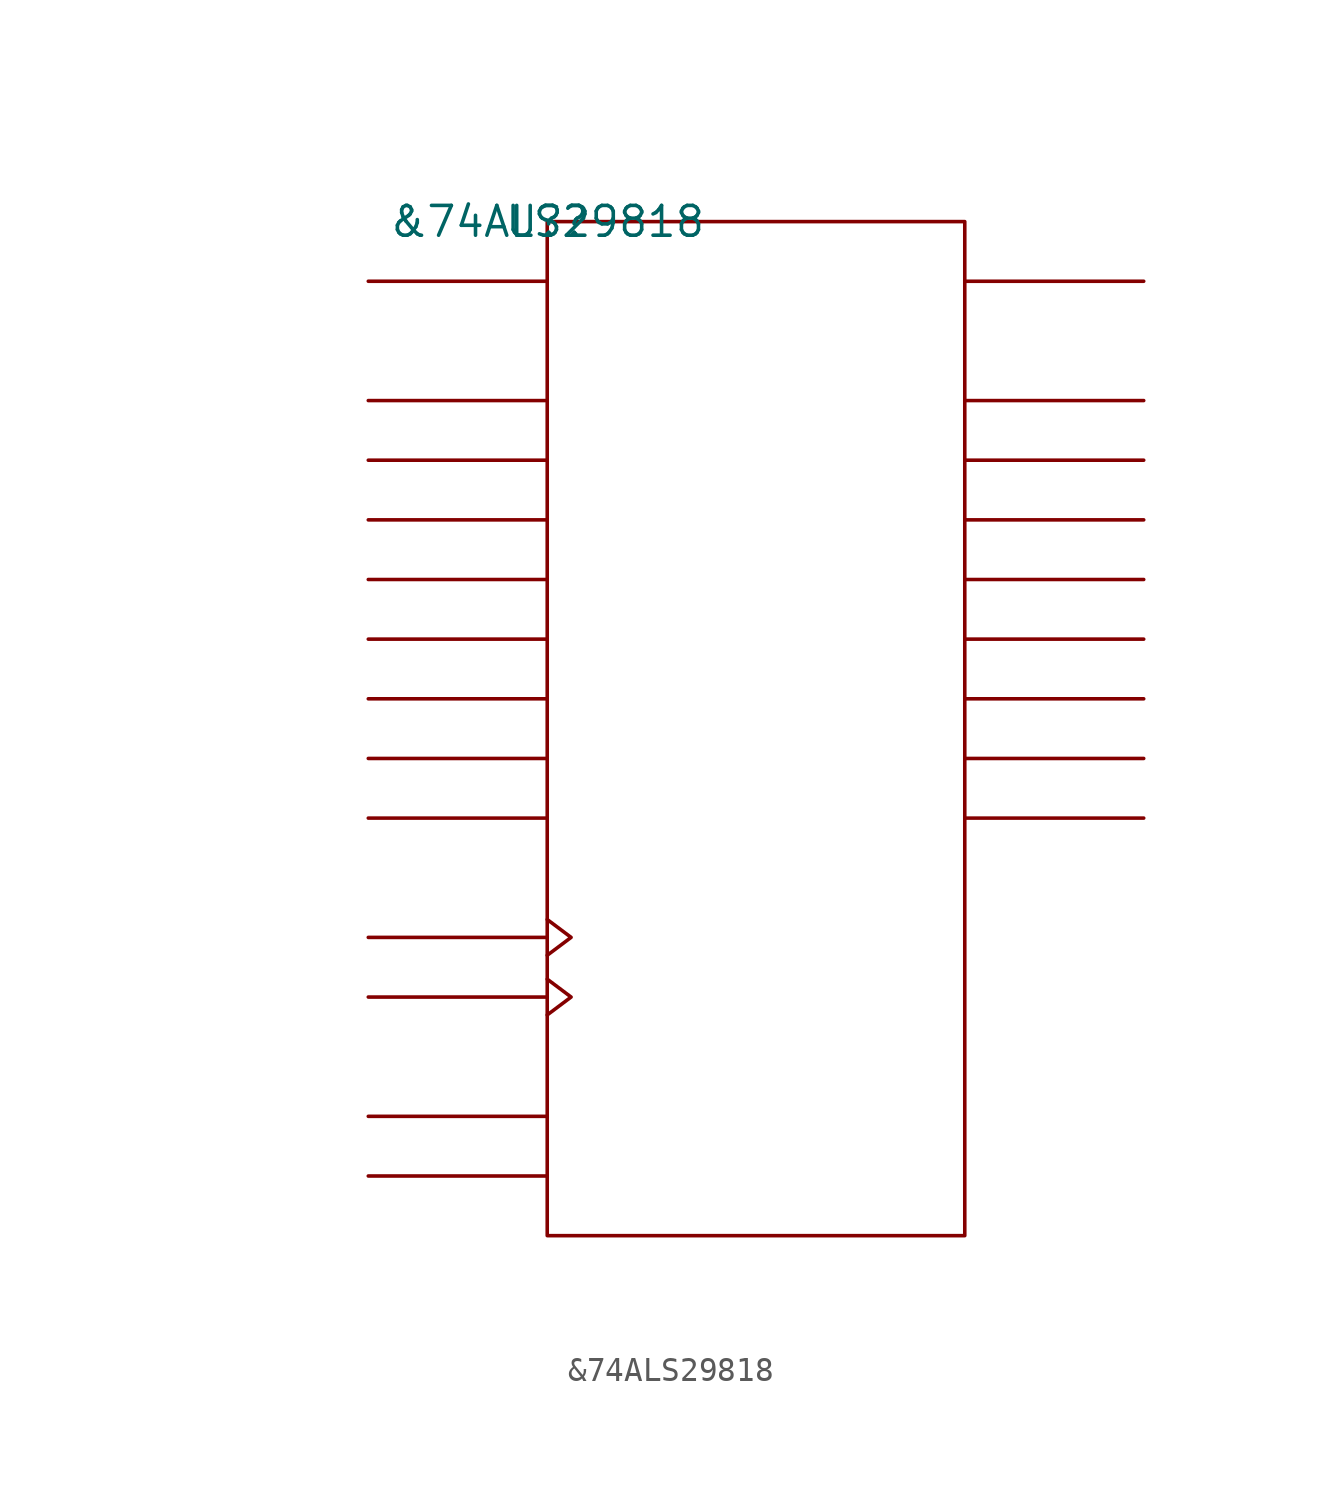
<source format=kicad_sym>
(kicad_symbol_lib
  (version 20211014)
  (generator kicad_symbol_editor)
  (symbol "&74ALS29818"
    (pin_names
      (offset 0.762))
    (property "Reference" "U?"
      (at 0 0 0)
      (effects (font (size 1.27 1.27))))
    (property "Value" "&74ALS29818"
      (at 0 0 0)
      (effects (font (size 1.27 1.27))))
    (symbol "&74ALS29818_0_1"
      (rectangle (start 0 -43.18) (end 17.78 0) (stroke (width 0) (type default) (color 0 0 0 0)) (fill (type none)))
      (polyline (pts (xy 0 -40.64) (xy -7.62 -40.64)) (stroke (width 0) (type default) (color 0 0 0 0)) (fill (type none)))
      (polyline (pts (xy 0 -38.1) (xy -7.62 -38.1)) (stroke (width 0) (type default) (color 0 0 0 0)) (fill (type none)))
      (polyline (pts (xy 0 -33.02) (xy -7.62 -33.02)) (stroke (width 0) (type default) (color 0 0 0 0)) (fill (type none)))
      (polyline (pts (xy 0 -30.48) (xy -7.62 -30.48)) (stroke (width 0) (type default) (color 0 0 0 0)) (fill (type none)))
      (polyline (pts (xy 0 -25.4) (xy -7.62 -25.4)) (stroke (width 0) (type default) (color 0 0 0 0)) (fill (type none)))
      (polyline (pts (xy 0 -22.86) (xy -7.62 -22.86)) (stroke (width 0) (type default) (color 0 0 0 0)) (fill (type none)))
      (polyline (pts (xy 0 -20.32) (xy -7.62 -20.32)) (stroke (width 0) (type default) (color 0 0 0 0)) (fill (type none)))
      (polyline (pts (xy 0 -17.78) (xy -7.62 -17.78)) (stroke (width 0) (type default) (color 0 0 0 0)) (fill (type none)))
      (polyline (pts (xy 0 -15.24) (xy -7.62 -15.24)) (stroke (width 0) (type default) (color 0 0 0 0)) (fill (type none)))
      (polyline (pts (xy 0 -12.7) (xy -7.62 -12.7)) (stroke (width 0) (type default) (color 0 0 0 0)) (fill (type none)))
      (polyline (pts (xy 0 -10.16) (xy -7.62 -10.16)) (stroke (width 0) (type default) (color 0 0 0 0)) (fill (type none)))
      (polyline (pts (xy 0 -7.62) (xy -7.62 -7.62)) (stroke (width 0) (type default) (color 0 0 0 0)) (fill (type none)))
      (polyline (pts (xy 0 -2.54) (xy -7.62 -2.54)) (stroke (width 0) (type default) (color 0 0 0 0)) (fill (type none)))
      (polyline (pts (xy 17.78 -25.4) (xy 25.4 -25.4)) (stroke (width 0) (type default) (color 0 0 0 0)) (fill (type none)))
      (polyline (pts (xy 17.78 -22.86) (xy 25.4 -22.86)) (stroke (width 0) (type default) (color 0 0 0 0)) (fill (type none)))
      (polyline (pts (xy 17.78 -20.32) (xy 25.4 -20.32)) (stroke (width 0) (type default) (color 0 0 0 0)) (fill (type none)))
      (polyline (pts (xy 17.78 -17.78) (xy 25.4 -17.78)) (stroke (width 0) (type default) (color 0 0 0 0)) (fill (type none)))
      (polyline (pts (xy 17.78 -15.24) (xy 25.4 -15.24)) (stroke (width 0) (type default) (color 0 0 0 0)) (fill (type none)))
      (polyline (pts (xy 17.78 -12.7) (xy 25.4 -12.7)) (stroke (width 0) (type default) (color 0 0 0 0)) (fill (type none)))
      (polyline (pts (xy 17.78 -10.16) (xy 25.4 -10.16)) (stroke (width 0) (type default) (color 0 0 0 0)) (fill (type none)))
      (polyline (pts (xy 17.78 -7.62) (xy 25.4 -7.62)) (stroke (width 0) (type default) (color 0 0 0 0)) (fill (type none)))
      (polyline (pts (xy 17.78 -2.54) (xy 25.4 -2.54)) (stroke (width 0) (type default) (color 0 0 0 0)) (fill (type none)))
      (polyline (pts (xy 0 -32.258) (xy 1.016 -33.02) (xy 0 -33.782)) (stroke (width 0) (type default) (color 0 0 0 0)) (fill (type none)))
      (polyline (pts (xy 0 -29.718) (xy 1.016 -30.48) (xy 0 -31.242)) (stroke (width 0) (type default) (color 0 0 0 0)) (fill (type none))))
    (symbol "&74ALS29818_1_1"
      (pin unspecified line (at -7.62 -40.64 0) (length 7.62) hide (name "O\\E\\Y\\" (effects (font (size 1.245 1.245)))) (number "1" (effects (font (size 1.245 1.245)))))
      (pin unspecified line (at -7.62 -25.4 0) (length 7.62) hide (name "D7" (effects (font (size 1.245 1.245)))) (number "10" (effects (font (size 1.245 1.245)))))
      (pin unspecified line (at -7.62 -2.54 0) (length 7.62) hide (name "SDI" (effects (font (size 1.245 1.245)))) (number "11" (effects (font (size 1.245 1.245)))))
      (pin power_in line (at 10.16 -43.18 180) (length 7.62) hide (name "GND" (effects (font (size 1.245 1.245)))) (number "12" (effects (font (size 1.245 1.245)))))
      (pin unspecified line (at -7.62 -33.02 180) (length 7.62) hide (name "PCLK" (effects (font (size 1.245 1.245)))) (number "13" (effects (font (size 1.245 1.245)))))
      (pin unspecified line (at 25.4 -2.54 180) (length 7.62) hide (name "SDO" (effects (font (size 1.245 1.245)))) (number "14" (effects (font (size 1.245 1.245)))))
      (pin unspecified line (at 25.4 -25.4 180) (length 7.62) hide (name "Y7" (effects (font (size 1.245 1.245)))) (number "15" (effects (font (size 1.245 1.245)))))
      (pin unspecified line (at 25.4 -22.86 180) (length 7.62) hide (name "Y6" (effects (font (size 1.245 1.245)))) (number "16" (effects (font (size 1.245 1.245)))))
      (pin unspecified line (at 25.4 -20.32 180) (length 7.62) hide (name "Y5" (effects (font (size 1.245 1.245)))) (number "17" (effects (font (size 1.245 1.245)))))
      (pin unspecified line (at 25.4 -17.78 180) (length 7.62) hide (name "Y4" (effects (font (size 1.245 1.245)))) (number "18" (effects (font (size 1.245 1.245)))))
      (pin unspecified line (at 25.4 -15.24 180) (length 7.62) hide (name "Y3" (effects (font (size 1.245 1.245)))) (number "19" (effects (font (size 1.245 1.245)))))
      (pin unspecified line (at -7.62 -30.48 180) (length 7.62) hide (name "DCLK" (effects (font (size 1.245 1.245)))) (number "2" (effects (font (size 1.245 1.245)))))
      (pin unspecified line (at 25.4 -12.7 180) (length 7.62) hide (name "Y2" (effects (font (size 1.245 1.245)))) (number "20" (effects (font (size 1.245 1.245)))))
      (pin unspecified line (at 25.4 -10.16 180) (length 7.62) hide (name "Y1" (effects (font (size 1.245 1.245)))) (number "21" (effects (font (size 1.245 1.245)))))
      (pin unspecified line (at 25.4 -7.62 180) (length 7.62) hide (name "Y0" (effects (font (size 1.245 1.245)))) (number "22" (effects (font (size 1.245 1.245)))))
      (pin unspecified line (at -7.62 -38.1 0) (length 7.62) hide (name "MODE" (effects (font (size 1.245 1.245)))) (number "23" (effects (font (size 1.245 1.245)))))
      (pin power_in line (at 7.62 0 180) (length 7.62) hide (name "VCC" (effects (font (size 1.245 1.245)))) (number "24" (effects (font (size 1.245 1.245)))))
      (pin unspecified line (at -7.62 -7.62 0) (length 7.62) hide (name "D0" (effects (font (size 1.245 1.245)))) (number "3" (effects (font (size 1.245 1.245)))))
      (pin unspecified line (at -7.62 -10.16 0) (length 7.62) hide (name "D1" (effects (font (size 1.245 1.245)))) (number "4" (effects (font (size 1.245 1.245)))))
      (pin unspecified line (at -7.62 -12.7 0) (length 7.62) hide (name "D2" (effects (font (size 1.245 1.245)))) (number "5" (effects (font (size 1.245 1.245)))))
      (pin unspecified line (at -7.62 -15.24 0) (length 7.62) hide (name "D3" (effects (font (size 1.245 1.245)))) (number "6" (effects (font (size 1.245 1.245)))))
      (pin unspecified line (at -7.62 -17.78 0) (length 7.62) hide (name "D4" (effects (font (size 1.245 1.245)))) (number "7" (effects (font (size 1.245 1.245)))))
      (pin unspecified line (at -7.62 -20.32 0) (length 7.62) hide (name "D5" (effects (font (size 1.245 1.245)))) (number "8" (effects (font (size 1.245 1.245)))))
      (pin unspecified line (at -7.62 -22.86 0) (length 7.62) hide (name "D6" (effects (font (size 1.245 1.245)))) (number "9" (effects (font (size 1.245 1.245))))))))
</source>
